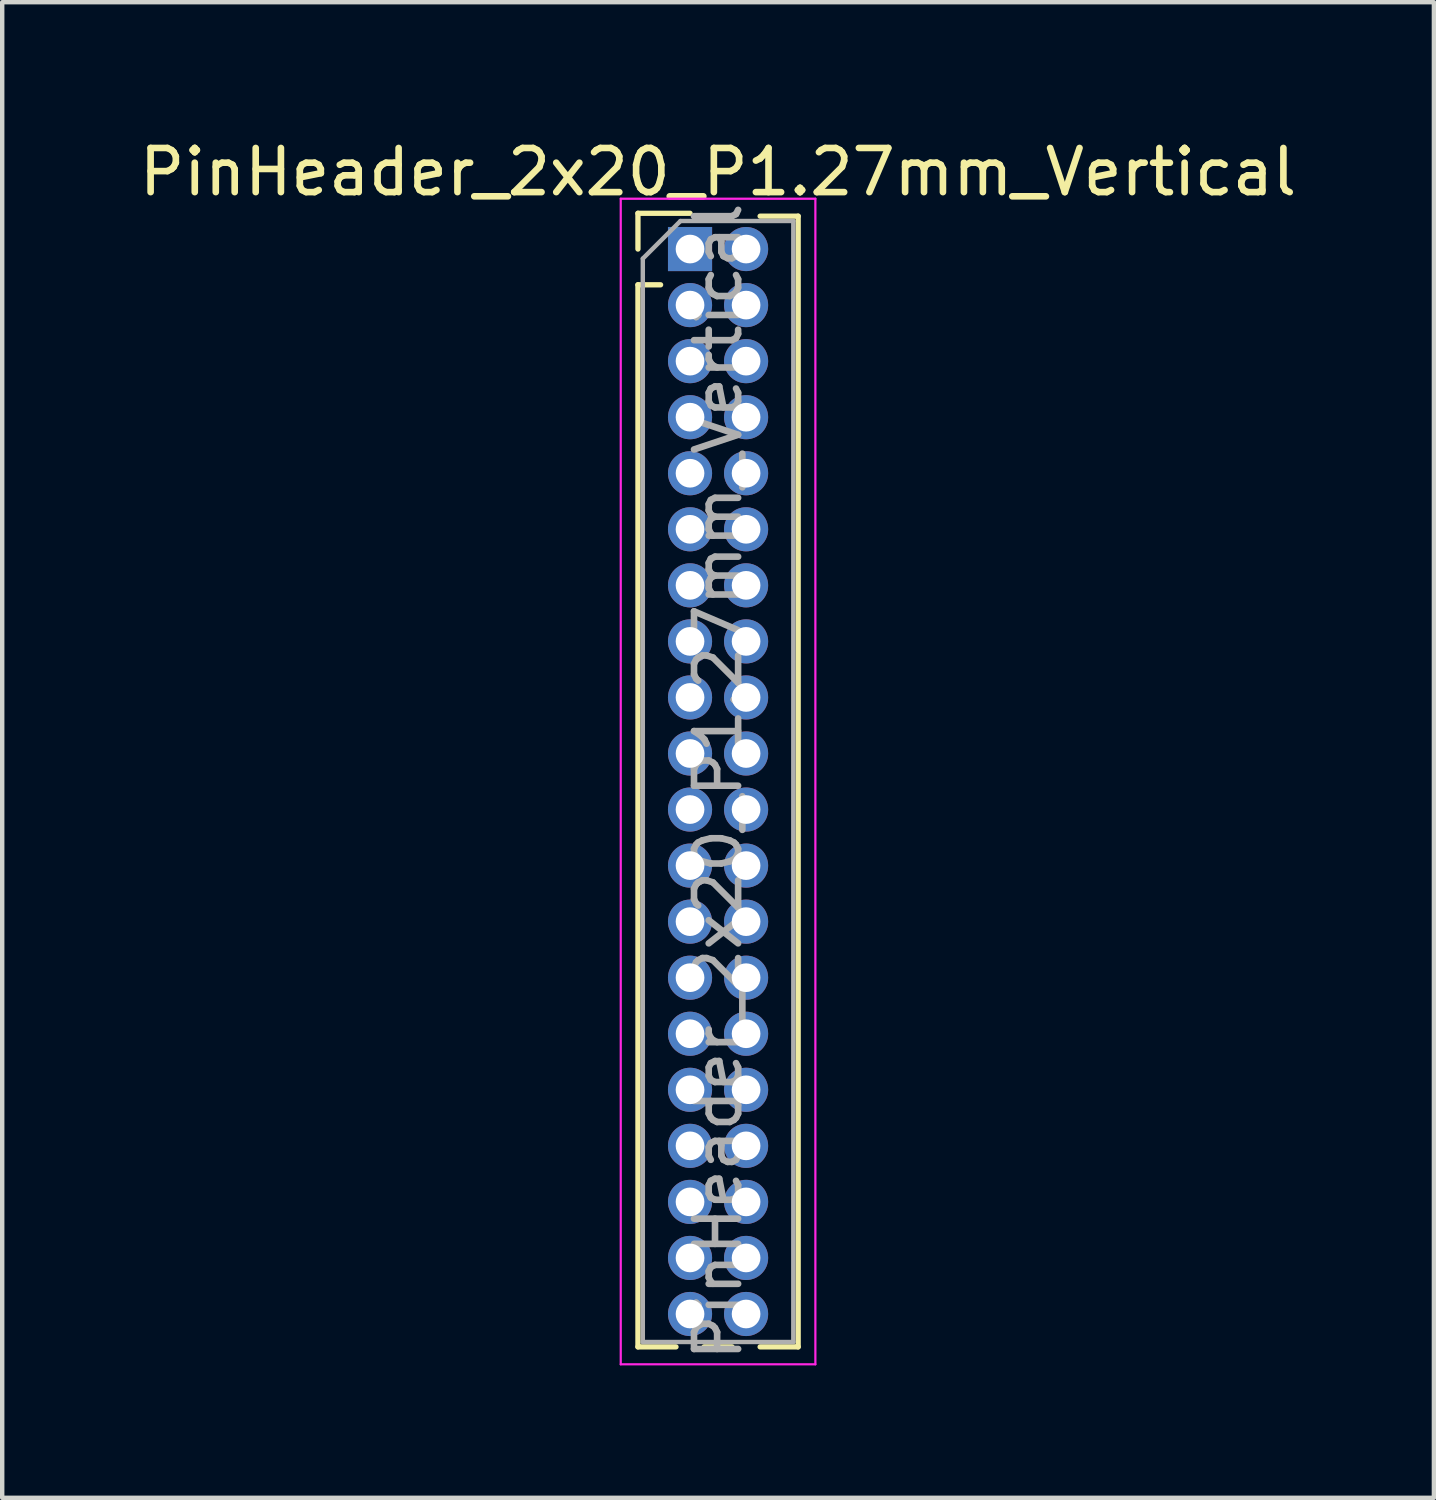
<source format=kicad_pcb>
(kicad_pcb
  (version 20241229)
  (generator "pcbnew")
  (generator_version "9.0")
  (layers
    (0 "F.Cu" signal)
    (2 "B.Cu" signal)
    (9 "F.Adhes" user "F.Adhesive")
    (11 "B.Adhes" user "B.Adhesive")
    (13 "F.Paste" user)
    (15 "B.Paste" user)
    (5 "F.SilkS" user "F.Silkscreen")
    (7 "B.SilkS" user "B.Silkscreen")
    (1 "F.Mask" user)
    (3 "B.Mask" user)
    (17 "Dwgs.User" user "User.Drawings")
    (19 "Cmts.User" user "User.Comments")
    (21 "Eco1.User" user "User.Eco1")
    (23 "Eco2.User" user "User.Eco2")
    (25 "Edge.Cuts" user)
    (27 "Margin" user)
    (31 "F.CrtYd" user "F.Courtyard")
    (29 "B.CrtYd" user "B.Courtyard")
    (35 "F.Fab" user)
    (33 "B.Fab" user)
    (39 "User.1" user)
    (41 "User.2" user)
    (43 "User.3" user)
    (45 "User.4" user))
  (footprint "PinHeader_2x20_P1.27mm_Vertical"
    (layer "F.Cu")
    (at 12.585 2.593)
    (property "Reference" "PinHeader_2x20_P1.27mm_Vertical" (at 0.635 -1.745 0) (layer "F.SilkS") (effects (font (size 1 1) (thickness 0.15))))
    (attr through_hole)
    (fp_line (start -1.18 -0.81) (end 0 -0.81) (stroke (width 0.12) (type solid)) (layer "F.SilkS"))
    (fp_line (start -1.18 0) (end -1.18 -0.81) (stroke (width 0.12) (type solid)) (layer "F.SilkS"))
    (fp_line (start -1.18 0.81) (end -1.18 24.875) (stroke (width 0.12) (type solid)) (layer "F.SilkS"))
    (fp_line (start -1.18 0.81) (end -0.667 0.81) (stroke (width 0.12) (type solid)) (layer "F.SilkS"))
    (fp_line (start -1.18 24.875) (end -0.318 24.875) (stroke (width 0.12) (type solid)) (layer "F.SilkS"))
    (fp_line (start 0.318 24.875) (end 0.952 24.875) (stroke (width 0.12) (type solid)) (layer "F.SilkS"))
    (fp_line (start 1.588 -0.745) (end 2.45 -0.745) (stroke (width 0.12) (type solid)) (layer "F.SilkS"))
    (fp_line (start 1.588 24.875) (end 2.45 24.875) (stroke (width 0.12) (type solid)) (layer "F.SilkS"))
    (fp_line (start 2.45 -0.745) (end 2.45 24.875) (stroke (width 0.12) (type solid)) (layer "F.SilkS"))
    (fp_line (start -1.57 -1.14) (end -1.57 25.27) (stroke (width 0.05) (type solid)) (layer "F.CrtYd"))
    (fp_line (start -1.57 25.27) (end 2.84 25.27) (stroke (width 0.05) (type solid)) (layer "F.CrtYd"))
    (fp_line (start 2.84 -1.14) (end -1.57 -1.14) (stroke (width 0.05) (type solid)) (layer "F.CrtYd"))
    (fp_line (start 2.84 25.27) (end 2.84 -1.14) (stroke (width 0.05) (type solid)) (layer "F.CrtYd"))
    (fp_line (start -1.07 0.217) (end -0.217 -0.635) (stroke (width 0.1) (type solid)) (layer "F.Fab"))
    (fp_line (start -1.07 24.765) (end -1.07 0.217) (stroke (width 0.1) (type solid)) (layer "F.Fab"))
    (fp_line (start -0.217 -0.635) (end 2.34 -0.635) (stroke (width 0.1) (type solid)) (layer "F.Fab"))
    (fp_line (start 2.34 -0.635) (end 2.34 24.765) (stroke (width 0.1) (type solid)) (layer "F.Fab"))
    (fp_line (start 2.34 24.765) (end -1.07 24.765) (stroke (width 0.1) (type solid)) (layer "F.Fab"))
    (fp_text user "${REFERENCE}" (at 0.635 12.065 90) (layer "F.Fab") (effects (font (size 1 1) (thickness 0.15))))
    (pad "1" thru_hole rect (at 0 0) (size 1 1) (drill 0.65) (layers "*.Cu" "*.Mask"))
    (pad "2" thru_hole circle (at 1.27 0) (size 1 1) (drill 0.65) (layers "*.Cu" "*.Mask"))
    (pad "3" thru_hole circle (at 0 1.27) (size 1 1) (drill 0.65) (layers "*.Cu" "*.Mask"))
    (pad "4" thru_hole circle (at 1.27 1.27) (size 1 1) (drill 0.65) (layers "*.Cu" "*.Mask"))
    (pad "5" thru_hole circle (at 0 2.54) (size 1 1) (drill 0.65) (layers "*.Cu" "*.Mask"))
    (pad "6" thru_hole circle (at 1.27 2.54) (size 1 1) (drill 0.65) (layers "*.Cu" "*.Mask"))
    (pad "7" thru_hole circle (at 0 3.81) (size 1 1) (drill 0.65) (layers "*.Cu" "*.Mask"))
    (pad "8" thru_hole circle (at 1.27 3.81) (size 1 1) (drill 0.65) (layers "*.Cu" "*.Mask"))
    (pad "9" thru_hole circle (at 0 5.08) (size 1 1) (drill 0.65) (layers "*.Cu" "*.Mask"))
    (pad "10" thru_hole circle (at 1.27 5.08) (size 1 1) (drill 0.65) (layers "*.Cu" "*.Mask"))
    (pad "11" thru_hole circle (at 0 6.35) (size 1 1) (drill 0.65) (layers "*.Cu" "*.Mask"))
    (pad "12" thru_hole circle (at 1.27 6.35) (size 1 1) (drill 0.65) (layers "*.Cu" "*.Mask"))
    (pad "13" thru_hole circle (at 0 7.62) (size 1 1) (drill 0.65) (layers "*.Cu" "*.Mask"))
    (pad "14" thru_hole circle (at 1.27 7.62) (size 1 1) (drill 0.65) (layers "*.Cu" "*.Mask"))
    (pad "15" thru_hole circle (at 0 8.89) (size 1 1) (drill 0.65) (layers "*.Cu" "*.Mask"))
    (pad "16" thru_hole circle (at 1.27 8.89) (size 1 1) (drill 0.65) (layers "*.Cu" "*.Mask"))
    (pad "17" thru_hole circle (at 0 10.16) (size 1 1) (drill 0.65) (layers "*.Cu" "*.Mask"))
    (pad "18" thru_hole circle (at 1.27 10.16) (size 1 1) (drill 0.65) (layers "*.Cu" "*.Mask"))
    (pad "19" thru_hole circle (at 0 11.43) (size 1 1) (drill 0.65) (layers "*.Cu" "*.Mask"))
    (pad "20" thru_hole circle (at 1.27 11.43) (size 1 1) (drill 0.65) (layers "*.Cu" "*.Mask"))
    (pad "21" thru_hole circle (at 0 12.7) (size 1 1) (drill 0.65) (layers "*.Cu" "*.Mask"))
    (pad "22" thru_hole circle (at 1.27 12.7) (size 1 1) (drill 0.65) (layers "*.Cu" "*.Mask"))
    (pad "23" thru_hole circle (at 0 13.97) (size 1 1) (drill 0.65) (layers "*.Cu" "*.Mask"))
    (pad "24" thru_hole circle (at 1.27 13.97) (size 1 1) (drill 0.65) (layers "*.Cu" "*.Mask"))
    (pad "25" thru_hole circle (at 0 15.24) (size 1 1) (drill 0.65) (layers "*.Cu" "*.Mask"))
    (pad "26" thru_hole circle (at 1.27 15.24) (size 1 1) (drill 0.65) (layers "*.Cu" "*.Mask"))
    (pad "27" thru_hole circle (at 0 16.51) (size 1 1) (drill 0.65) (layers "*.Cu" "*.Mask"))
    (pad "28" thru_hole circle (at 1.27 16.51) (size 1 1) (drill 0.65) (layers "*.Cu" "*.Mask"))
    (pad "29" thru_hole circle (at 0 17.78) (size 1 1) (drill 0.65) (layers "*.Cu" "*.Mask"))
    (pad "30" thru_hole circle (at 1.27 17.78) (size 1 1) (drill 0.65) (layers "*.Cu" "*.Mask"))
    (pad "31" thru_hole circle (at 0 19.05) (size 1 1) (drill 0.65) (layers "*.Cu" "*.Mask"))
    (pad "32" thru_hole circle (at 1.27 19.05) (size 1 1) (drill 0.65) (layers "*.Cu" "*.Mask"))
    (pad "33" thru_hole circle (at 0 20.32) (size 1 1) (drill 0.65) (layers "*.Cu" "*.Mask"))
    (pad "34" thru_hole circle (at 1.27 20.32) (size 1 1) (drill 0.65) (layers "*.Cu" "*.Mask"))
    (pad "35" thru_hole circle (at 0 21.59) (size 1 1) (drill 0.65) (layers "*.Cu" "*.Mask"))
    (pad "36" thru_hole circle (at 1.27 21.59) (size 1 1) (drill 0.65) (layers "*.Cu" "*.Mask"))
    (pad "37" thru_hole circle (at 0 22.86) (size 1 1) (drill 0.65) (layers "*.Cu" "*.Mask"))
    (pad "38" thru_hole circle (at 1.27 22.86) (size 1 1) (drill 0.65) (layers "*.Cu" "*.Mask"))
    (pad "39" thru_hole circle (at 0 24.13) (size 1 1) (drill 0.65) (layers "*.Cu" "*.Mask"))
    (pad "40" thru_hole circle (at 1.27 24.13) (size 1 1) (drill 0.65) (layers "*.Cu" "*.Mask")))
  (gr_rect
    (start -3 -3)
    (end 29.44 30.888)
    (stroke (width 0.1) (type default))
    (fill no)
    (layer "Edge.Cuts")))
</source>
